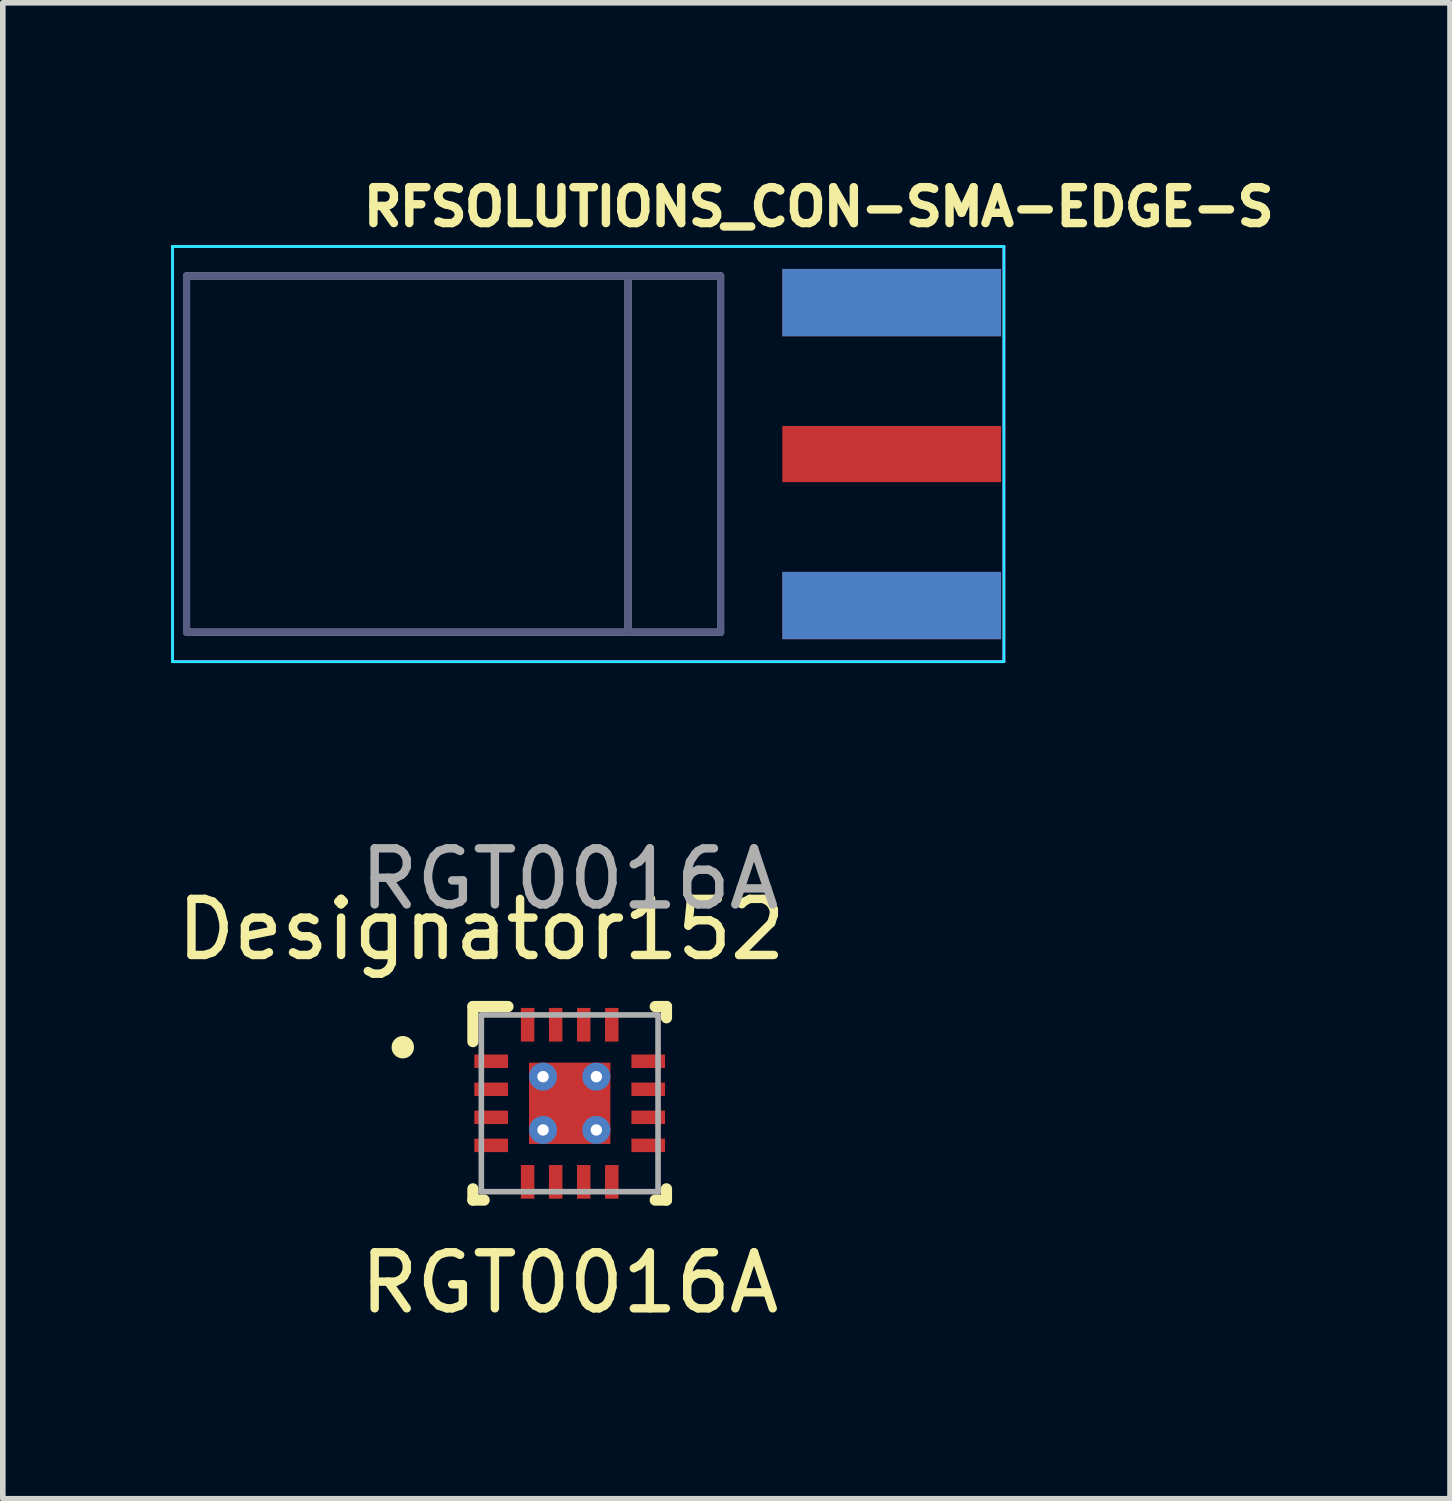
<source format=kicad_pcb>
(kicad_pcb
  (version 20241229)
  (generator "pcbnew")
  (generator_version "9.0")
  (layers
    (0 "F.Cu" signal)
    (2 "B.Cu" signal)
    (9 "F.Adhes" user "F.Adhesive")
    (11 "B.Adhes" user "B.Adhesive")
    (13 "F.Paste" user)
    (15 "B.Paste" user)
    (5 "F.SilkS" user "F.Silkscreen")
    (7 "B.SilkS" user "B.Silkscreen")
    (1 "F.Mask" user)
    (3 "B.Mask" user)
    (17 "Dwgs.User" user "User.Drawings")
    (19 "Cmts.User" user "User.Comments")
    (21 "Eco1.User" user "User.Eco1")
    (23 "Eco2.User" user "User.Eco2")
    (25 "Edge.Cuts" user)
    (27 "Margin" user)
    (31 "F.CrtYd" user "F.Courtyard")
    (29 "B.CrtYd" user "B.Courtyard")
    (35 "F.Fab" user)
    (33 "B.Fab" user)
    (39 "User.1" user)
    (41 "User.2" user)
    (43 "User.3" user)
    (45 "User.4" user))
  (footprint "RGT0016A"
    (layer "F.Cu")
    (at 7.105 16.617)
    (property "Reference" "RGT0016A" (at 0 3.2 0) (unlocked yes) (layer "F.SilkS") (effects (font (size 1 1) (thickness 0.15))))
    (attr smd)
    (fp_line (start -1.725 -1.725) (end -1.1 -1.725) (stroke (width 0.2) (type solid)) (layer "F.SilkS"))
    (fp_line (start -1.725 -1.1) (end -1.725 -1.725) (stroke (width 0.2) (type solid)) (layer "F.SilkS"))
    (fp_line (start -1.725 1.725) (end -1.725 1.525) (stroke (width 0.2) (type solid)) (layer "F.SilkS"))
    (fp_line (start -1.725 1.725) (end -1.525 1.725) (stroke (width 0.2) (type solid)) (layer "F.SilkS"))
    (fp_line (start 1.525 -1.725) (end 1.725 -1.725) (stroke (width 0.2) (type solid)) (layer "F.SilkS"))
    (fp_line (start 1.525 1.725) (end 1.725 1.725) (stroke (width 0.2) (type solid)) (layer "F.SilkS"))
    (fp_line (start 1.725 -1.525) (end 1.725 -1.725) (stroke (width 0.2) (type solid)) (layer "F.SilkS"))
    (fp_line (start 1.725 1.725) (end 1.725 1.525) (stroke (width 0.2) (type solid)) (layer "F.SilkS"))
    (fp_circle (center -2.975 -1) (end -2.9 -1) (stroke (width 0.25) (type solid)) (fill yes) (layer "F.SilkS"))
    (fp_poly (pts (xy -0.668 0.668) (xy 0.669 0.668) (xy 0.669 -0.668) (xy -0.668 -0.668)) (stroke (width 0) (type solid)) (fill yes) (layer "F.Paste"))
    (fp_line (start -1.575 -1.575) (end 1.575 -1.575) (stroke (width 0.1) (type solid)) (layer "F.Fab"))
    (fp_line (start -1.575 1.575) (end -1.575 -1.575) (stroke (width 0.1) (type solid)) (layer "F.Fab"))
    (fp_line (start -1.575 1.575) (end 1.575 1.575) (stroke (width 0.1) (type solid)) (layer "F.Fab"))
    (fp_line (start 1.575 1.575) (end 1.575 -1.575) (stroke (width 0.1) (type solid)) (layer "F.Fab"))
    (fp_text user "Designator152" (at -1.575 -3.099 0) (unlocked yes) (layer "F.SilkS") (effects (font (size 1 1) (thickness 0.15))))
    (fp_text user "${REFERENCE}" (at 0 -4 0) (unlocked yes) (layer "F.Fab") (effects (font (size 1 1) (thickness 0.15))))
    (pad "1" smd rect (at -1.4 -0.75 90) (size 0.24 0.6) (layers "F.Cu" "F.Mask" "F.Paste"))
    (pad "2" smd rect (at -1.4 -0.25 90) (size 0.24 0.6) (layers "F.Cu" "F.Mask" "F.Paste"))
    (pad "3" smd rect (at -1.4 0.25 90) (size 0.24 0.6) (layers "F.Cu" "F.Mask" "F.Paste"))
    (pad "4" smd rect (at -1.4 0.75 90) (size 0.24 0.6) (layers "F.Cu" "F.Mask" "F.Paste"))
    (pad "5" smd rect (at -0.75 1.4) (size 0.24 0.6) (layers "F.Cu" "F.Mask" "F.Paste"))
    (pad "6" smd rect (at -0.25 1.4) (size 0.24 0.6) (layers "F.Cu" "F.Mask" "F.Paste"))
    (pad "7" smd rect (at 0.25 1.4) (size 0.24 0.6) (layers "F.Cu" "F.Mask" "F.Paste"))
    (pad "8" smd rect (at 0.75 1.4) (size 0.24 0.6) (layers "F.Cu" "F.Mask" "F.Paste"))
    (pad "9" smd rect (at 1.4 0.75 90) (size 0.24 0.6) (layers "F.Cu" "F.Mask" "F.Paste"))
    (pad "10" smd rect (at 1.4 0.25 90) (size 0.24 0.6) (layers "F.Cu" "F.Mask" "F.Paste"))
    (pad "11" smd rect (at 1.4 -0.25 90) (size 0.24 0.6) (layers "F.Cu" "F.Mask" "F.Paste"))
    (pad "12" smd rect (at 1.4 -0.75 90) (size 0.24 0.6) (layers "F.Cu" "F.Mask" "F.Paste"))
    (pad "13" smd rect (at 0.75 -1.4) (size 0.24 0.6) (layers "F.Cu" "F.Mask" "F.Paste"))
    (pad "14" smd rect (at 0.25 -1.4) (size 0.24 0.6) (layers "F.Cu" "F.Mask" "F.Paste"))
    (pad "15" smd rect (at -0.25 -1.4) (size 0.24 0.6) (layers "F.Cu" "F.Mask" "F.Paste"))
    (pad "16" smd rect (at -0.75 -1.4) (size 0.24 0.6) (layers "F.Cu" "F.Mask" "F.Paste"))
    (pad "17" smd rect (at 0.000003 0) (size 1.45 1.45) (layers "F.Cu" "F.Mask"))
    (pad "V" thru_hole circle (at -0.475 -0.475) (size 0.5 0.5) (drill 0.203) (layers "*.Cu" "*.Mask"))
    (pad "V" thru_hole circle (at -0.475 0.475) (size 0.5 0.5) (drill 0.203) (layers "*.Cu" "*.Mask"))
    (pad "V" thru_hole circle (at 0.475 -0.475) (size 0.5 0.5) (drill 0.203) (layers "*.Cu" "*.Mask"))
    (pad "V" thru_hole circle (at 0.475 0.475) (size 0.5 0.5) (drill 0.203) (layers "*.Cu" "*.Mask")))
  (footprint "RFSOLUTIONS_CON-SMA-EDGE-S"
    (layer "F.Cu")
    (at 11.545 5.044)
    (property "Reference" "RFSOLUTIONS_CON-SMA-EDGE-S" (at 0 -4.406 0) (layer "F.SilkS") (effects (font (size 0.64 0.64) (thickness 0.15))))
    (attr smd)
    (fp_line (start -11.52 -3.7) (end -11.52 3.7) (stroke (width 0.05) (type solid)) (layer "B.CrtYd"))
    (fp_line (start -11.52 3.7) (end 3.3 3.7) (stroke (width 0.05) (type solid)) (layer "B.CrtYd"))
    (fp_line (start 3.3 -3.7) (end -11.52 -3.7) (stroke (width 0.05) (type solid)) (layer "B.CrtYd"))
    (fp_line (start 3.3 3.7) (end 3.3 -3.7) (stroke (width 0.05) (type solid)) (layer "B.CrtYd"))
    (fp_line (start -11.52 -3.7) (end 3.3 -3.7) (stroke (width 0.05) (type solid)) (layer "F.CrtYd"))
    (fp_line (start -11.52 3.7) (end -11.52 -3.7) (stroke (width 0.05) (type solid)) (layer "F.CrtYd"))
    (fp_line (start 3.3 -3.7) (end 3.3 3.7) (stroke (width 0.05) (type solid)) (layer "F.CrtYd"))
    (fp_line (start 3.3 3.7) (end -11.52 3.7) (stroke (width 0.05) (type solid)) (layer "F.CrtYd"))
    (fp_line (start -11.27 -3.175) (end -3.4 -3.175) (stroke (width 0.127) (type solid)) (layer "B.Fab"))
    (fp_line (start -11.27 3.175) (end -11.27 -3.175) (stroke (width 0.127) (type solid)) (layer "B.Fab"))
    (fp_line (start -3.4 -3.175) (end -3.4 3.175) (stroke (width 0.127) (type solid)) (layer "B.Fab"))
    (fp_line (start -3.4 3.175) (end -11.27 3.175) (stroke (width 0.127) (type solid)) (layer "B.Fab"))
    (fp_line (start -3.4 3.175) (end -1.75 3.175) (stroke (width 0.127) (type solid)) (layer "B.Fab"))
    (fp_line (start -1.75 -3.175) (end -3.4 -3.175) (stroke (width 0.127) (type solid)) (layer "B.Fab"))
    (fp_line (start -1.75 3.175) (end -1.75 -3.175) (stroke (width 0.127) (type solid)) (layer "B.Fab"))
    (fp_line (start -11.27 -3.175) (end -11.27 3.175) (stroke (width 0.127) (type solid)) (layer "F.Fab"))
    (fp_line (start -11.27 3.175) (end -3.4 3.175) (stroke (width 0.127) (type solid)) (layer "F.Fab"))
    (fp_line (start -3.4 -3.175) (end -11.27 -3.175) (stroke (width 0.127) (type solid)) (layer "F.Fab"))
    (fp_line (start -3.4 -3.175) (end -1.75 -3.175) (stroke (width 0.127) (type solid)) (layer "F.Fab"))
    (fp_line (start -3.4 3.175) (end -3.4 -3.175) (stroke (width 0.127) (type solid)) (layer "F.Fab"))
    (fp_line (start -1.75 -3.175) (end -1.75 3.175) (stroke (width 0.127) (type solid)) (layer "F.Fab"))
    (fp_line (start -1.75 3.175) (end -3.4 3.175) (stroke (width 0.127) (type solid)) (layer "F.Fab"))
    (pad " 2" smd rect (at 1.3 -2.7) (size 3.9 1.2) (layers "F.Cu" "F.Mask" "F.Paste"))
    (pad " 2" smd rect (at 1.3 -2.7) (size 3.9 1.2) (layers "B.Cu" "B.Mask" "B.Paste"))
    (pad " 2" smd rect (at 1.3 2.7) (size 3.9 1.2) (layers "F.Cu" "F.Mask" "F.Paste"))
    (pad " 2" smd rect (at 1.3 2.7) (size 3.9 1.2) (layers "B.Cu" "B.Mask" "B.Paste"))
    (pad "1" smd rect (at 1.3 0) (size 3.9 1) (layers "F.Cu" "F.Mask" "F.Paste")))
  (gr_rect
    (start -3 -3)
    (end 22.797 23.666)
    (stroke (width 0.1) (type default))
    (fill no)
    (layer "Edge.Cuts")))
</source>
